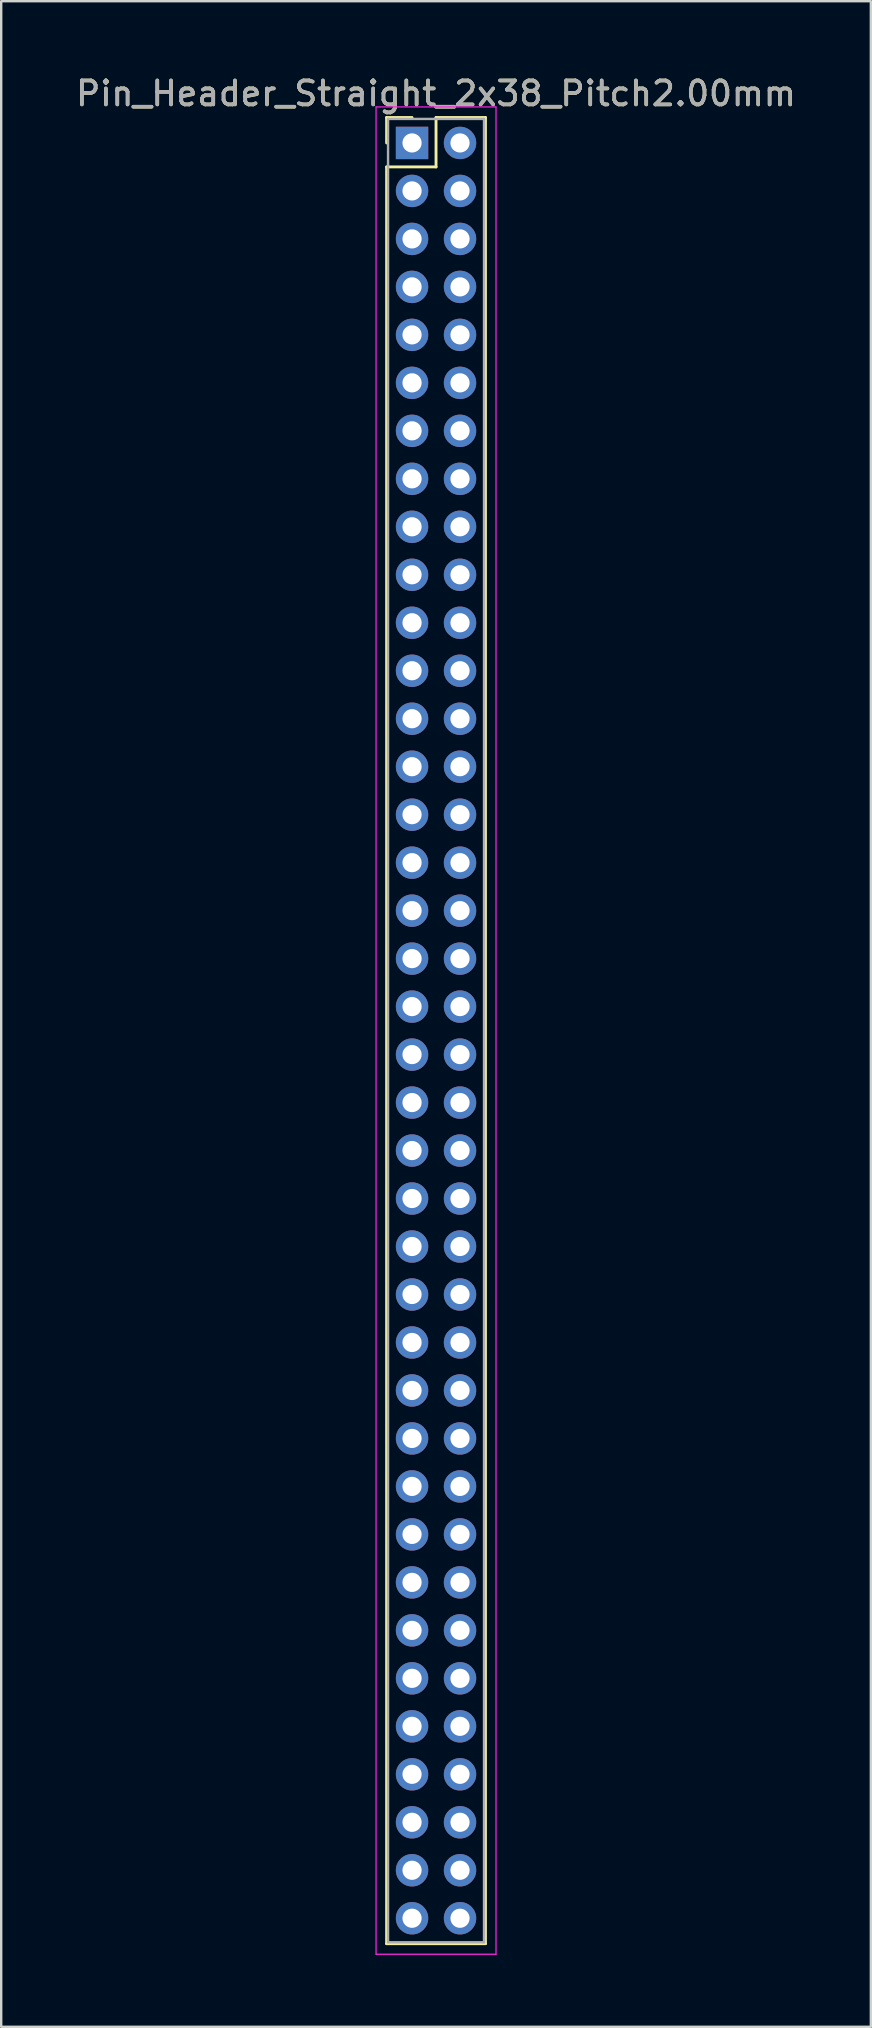
<source format=kicad_pcb>
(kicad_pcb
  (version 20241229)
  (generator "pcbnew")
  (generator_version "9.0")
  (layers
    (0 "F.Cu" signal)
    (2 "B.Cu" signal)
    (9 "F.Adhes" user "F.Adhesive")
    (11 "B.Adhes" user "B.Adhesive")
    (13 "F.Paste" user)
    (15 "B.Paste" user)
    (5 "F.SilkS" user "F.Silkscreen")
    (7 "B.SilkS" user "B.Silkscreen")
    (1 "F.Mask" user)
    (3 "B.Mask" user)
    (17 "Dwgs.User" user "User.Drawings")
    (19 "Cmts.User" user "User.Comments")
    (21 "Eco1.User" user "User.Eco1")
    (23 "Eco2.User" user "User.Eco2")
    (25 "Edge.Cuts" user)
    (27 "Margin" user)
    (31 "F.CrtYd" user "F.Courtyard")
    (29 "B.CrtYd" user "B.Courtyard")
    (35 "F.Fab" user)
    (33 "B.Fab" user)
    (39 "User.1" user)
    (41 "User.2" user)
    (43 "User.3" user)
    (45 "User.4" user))
  (footprint "Pin_Header_Straight_2x38_Pitch2.00mm"
    (layer "F.Cu")
    (at 14.125 2.908)
    (property "Reference" "Pin_Header_Straight_2x38_Pitch2.00mm" (at 1 -2.06 0) (layer "F.SilkS") (effects (font (size 1 1) (thickness 0.15))))
    (attr through_hole)
    (fp_line (start -1.06 -1.06) (end 0 -1.06) (stroke (width 0.12) (type solid)) (layer "F.SilkS"))
    (fp_line (start -1.06 0) (end -1.06 -1.06) (stroke (width 0.12) (type solid)) (layer "F.SilkS"))
    (fp_line (start -1.06 1) (end -1.06 75.06) (stroke (width 0.12) (type solid)) (layer "F.SilkS"))
    (fp_line (start -1.06 75.06) (end 3.06 75.06) (stroke (width 0.12) (type solid)) (layer "F.SilkS"))
    (fp_line (start 1 -1.06) (end 1 1) (stroke (width 0.12) (type solid)) (layer "F.SilkS"))
    (fp_line (start 1 1) (end -1.06 1) (stroke (width 0.12) (type solid)) (layer "F.SilkS"))
    (fp_line (start 3.06 -1.06) (end 1 -1.06) (stroke (width 0.12) (type solid)) (layer "F.SilkS"))
    (fp_line (start 3.06 75.06) (end 3.06 -1.06) (stroke (width 0.12) (type solid)) (layer "F.SilkS"))
    (fp_line (start -1.5 -1.5) (end -1.5 75.5) (stroke (width 0.05) (type solid)) (layer "F.CrtYd"))
    (fp_line (start -1.5 75.5) (end 3.5 75.5) (stroke (width 0.05) (type solid)) (layer "F.CrtYd"))
    (fp_line (start 3.5 -1.5) (end -1.5 -1.5) (stroke (width 0.05) (type solid)) (layer "F.CrtYd"))
    (fp_line (start 3.5 75.5) (end 3.5 -1.5) (stroke (width 0.05) (type solid)) (layer "F.CrtYd"))
    (fp_line (start -1 -1) (end -1 75) (stroke (width 0.1) (type solid)) (layer "F.Fab"))
    (fp_line (start -1 75) (end 3 75) (stroke (width 0.1) (type solid)) (layer "F.Fab"))
    (fp_line (start 3 -1) (end -1 -1) (stroke (width 0.1) (type solid)) (layer "F.Fab"))
    (fp_line (start 3 75) (end 3 -1) (stroke (width 0.1) (type solid)) (layer "F.Fab"))
    (fp_text user "${REFERENCE}" (at 1 -2.06 0) (layer "F.Fab") (effects (font (size 1 1) (thickness 0.15))))
    (pad "1" thru_hole rect (at 0 0) (size 1.35 1.35) (drill 0.8) (layers "*.Cu" "*.Mask"))
    (pad "2" thru_hole oval (at 2 0) (size 1.35 1.35) (drill 0.8) (layers "*.Cu" "*.Mask"))
    (pad "3" thru_hole oval (at 0 2) (size 1.35 1.35) (drill 0.8) (layers "*.Cu" "*.Mask"))
    (pad "4" thru_hole oval (at 2 2) (size 1.35 1.35) (drill 0.8) (layers "*.Cu" "*.Mask"))
    (pad "5" thru_hole oval (at 0 4) (size 1.35 1.35) (drill 0.8) (layers "*.Cu" "*.Mask"))
    (pad "6" thru_hole oval (at 2 4) (size 1.35 1.35) (drill 0.8) (layers "*.Cu" "*.Mask"))
    (pad "7" thru_hole oval (at 0 6) (size 1.35 1.35) (drill 0.8) (layers "*.Cu" "*.Mask"))
    (pad "8" thru_hole oval (at 2 6) (size 1.35 1.35) (drill 0.8) (layers "*.Cu" "*.Mask"))
    (pad "9" thru_hole oval (at 0 8) (size 1.35 1.35) (drill 0.8) (layers "*.Cu" "*.Mask"))
    (pad "10" thru_hole oval (at 2 8) (size 1.35 1.35) (drill 0.8) (layers "*.Cu" "*.Mask"))
    (pad "11" thru_hole oval (at 0 10) (size 1.35 1.35) (drill 0.8) (layers "*.Cu" "*.Mask"))
    (pad "12" thru_hole oval (at 2 10) (size 1.35 1.35) (drill 0.8) (layers "*.Cu" "*.Mask"))
    (pad "13" thru_hole oval (at 0 12) (size 1.35 1.35) (drill 0.8) (layers "*.Cu" "*.Mask"))
    (pad "14" thru_hole oval (at 2 12) (size 1.35 1.35) (drill 0.8) (layers "*.Cu" "*.Mask"))
    (pad "15" thru_hole oval (at 0 14) (size 1.35 1.35) (drill 0.8) (layers "*.Cu" "*.Mask"))
    (pad "16" thru_hole oval (at 2 14) (size 1.35 1.35) (drill 0.8) (layers "*.Cu" "*.Mask"))
    (pad "17" thru_hole oval (at 0 16) (size 1.35 1.35) (drill 0.8) (layers "*.Cu" "*.Mask"))
    (pad "18" thru_hole oval (at 2 16) (size 1.35 1.35) (drill 0.8) (layers "*.Cu" "*.Mask"))
    (pad "19" thru_hole oval (at 0 18) (size 1.35 1.35) (drill 0.8) (layers "*.Cu" "*.Mask"))
    (pad "20" thru_hole oval (at 2 18) (size 1.35 1.35) (drill 0.8) (layers "*.Cu" "*.Mask"))
    (pad "21" thru_hole oval (at 0 20) (size 1.35 1.35) (drill 0.8) (layers "*.Cu" "*.Mask"))
    (pad "22" thru_hole oval (at 2 20) (size 1.35 1.35) (drill 0.8) (layers "*.Cu" "*.Mask"))
    (pad "23" thru_hole oval (at 0 22) (size 1.35 1.35) (drill 0.8) (layers "*.Cu" "*.Mask"))
    (pad "24" thru_hole oval (at 2 22) (size 1.35 1.35) (drill 0.8) (layers "*.Cu" "*.Mask"))
    (pad "25" thru_hole oval (at 0 24) (size 1.35 1.35) (drill 0.8) (layers "*.Cu" "*.Mask"))
    (pad "26" thru_hole oval (at 2 24) (size 1.35 1.35) (drill 0.8) (layers "*.Cu" "*.Mask"))
    (pad "27" thru_hole oval (at 0 26) (size 1.35 1.35) (drill 0.8) (layers "*.Cu" "*.Mask"))
    (pad "28" thru_hole oval (at 2 26) (size 1.35 1.35) (drill 0.8) (layers "*.Cu" "*.Mask"))
    (pad "29" thru_hole oval (at 0 28) (size 1.35 1.35) (drill 0.8) (layers "*.Cu" "*.Mask"))
    (pad "30" thru_hole oval (at 2 28) (size 1.35 1.35) (drill 0.8) (layers "*.Cu" "*.Mask"))
    (pad "31" thru_hole oval (at 0 30) (size 1.35 1.35) (drill 0.8) (layers "*.Cu" "*.Mask"))
    (pad "32" thru_hole oval (at 2 30) (size 1.35 1.35) (drill 0.8) (layers "*.Cu" "*.Mask"))
    (pad "33" thru_hole oval (at 0 32) (size 1.35 1.35) (drill 0.8) (layers "*.Cu" "*.Mask"))
    (pad "34" thru_hole oval (at 2 32) (size 1.35 1.35) (drill 0.8) (layers "*.Cu" "*.Mask"))
    (pad "35" thru_hole oval (at 0 34) (size 1.35 1.35) (drill 0.8) (layers "*.Cu" "*.Mask"))
    (pad "36" thru_hole oval (at 2 34) (size 1.35 1.35) (drill 0.8) (layers "*.Cu" "*.Mask"))
    (pad "37" thru_hole oval (at 0 36) (size 1.35 1.35) (drill 0.8) (layers "*.Cu" "*.Mask"))
    (pad "38" thru_hole oval (at 2 36) (size 1.35 1.35) (drill 0.8) (layers "*.Cu" "*.Mask"))
    (pad "39" thru_hole oval (at 0 38) (size 1.35 1.35) (drill 0.8) (layers "*.Cu" "*.Mask"))
    (pad "40" thru_hole oval (at 2 38) (size 1.35 1.35) (drill 0.8) (layers "*.Cu" "*.Mask"))
    (pad "41" thru_hole oval (at 0 40) (size 1.35 1.35) (drill 0.8) (layers "*.Cu" "*.Mask"))
    (pad "42" thru_hole oval (at 2 40) (size 1.35 1.35) (drill 0.8) (layers "*.Cu" "*.Mask"))
    (pad "43" thru_hole oval (at 0 42) (size 1.35 1.35) (drill 0.8) (layers "*.Cu" "*.Mask"))
    (pad "44" thru_hole oval (at 2 42) (size 1.35 1.35) (drill 0.8) (layers "*.Cu" "*.Mask"))
    (pad "45" thru_hole oval (at 0 44) (size 1.35 1.35) (drill 0.8) (layers "*.Cu" "*.Mask"))
    (pad "46" thru_hole oval (at 2 44) (size 1.35 1.35) (drill 0.8) (layers "*.Cu" "*.Mask"))
    (pad "47" thru_hole oval (at 0 46) (size 1.35 1.35) (drill 0.8) (layers "*.Cu" "*.Mask"))
    (pad "48" thru_hole oval (at 2 46) (size 1.35 1.35) (drill 0.8) (layers "*.Cu" "*.Mask"))
    (pad "49" thru_hole oval (at 0 48) (size 1.35 1.35) (drill 0.8) (layers "*.Cu" "*.Mask"))
    (pad "50" thru_hole oval (at 2 48) (size 1.35 1.35) (drill 0.8) (layers "*.Cu" "*.Mask"))
    (pad "51" thru_hole oval (at 0 50) (size 1.35 1.35) (drill 0.8) (layers "*.Cu" "*.Mask"))
    (pad "52" thru_hole oval (at 2 50) (size 1.35 1.35) (drill 0.8) (layers "*.Cu" "*.Mask"))
    (pad "53" thru_hole oval (at 0 52) (size 1.35 1.35) (drill 0.8) (layers "*.Cu" "*.Mask"))
    (pad "54" thru_hole oval (at 2 52) (size 1.35 1.35) (drill 0.8) (layers "*.Cu" "*.Mask"))
    (pad "55" thru_hole oval (at 0 54) (size 1.35 1.35) (drill 0.8) (layers "*.Cu" "*.Mask"))
    (pad "56" thru_hole oval (at 2 54) (size 1.35 1.35) (drill 0.8) (layers "*.Cu" "*.Mask"))
    (pad "57" thru_hole oval (at 0 56) (size 1.35 1.35) (drill 0.8) (layers "*.Cu" "*.Mask"))
    (pad "58" thru_hole oval (at 2 56) (size 1.35 1.35) (drill 0.8) (layers "*.Cu" "*.Mask"))
    (pad "59" thru_hole oval (at 0 58) (size 1.35 1.35) (drill 0.8) (layers "*.Cu" "*.Mask"))
    (pad "60" thru_hole oval (at 2 58) (size 1.35 1.35) (drill 0.8) (layers "*.Cu" "*.Mask"))
    (pad "61" thru_hole oval (at 0 60) (size 1.35 1.35) (drill 0.8) (layers "*.Cu" "*.Mask"))
    (pad "62" thru_hole oval (at 2 60) (size 1.35 1.35) (drill 0.8) (layers "*.Cu" "*.Mask"))
    (pad "63" thru_hole oval (at 0 62) (size 1.35 1.35) (drill 0.8) (layers "*.Cu" "*.Mask"))
    (pad "64" thru_hole oval (at 2 62) (size 1.35 1.35) (drill 0.8) (layers "*.Cu" "*.Mask"))
    (pad "65" thru_hole oval (at 0 64) (size 1.35 1.35) (drill 0.8) (layers "*.Cu" "*.Mask"))
    (pad "66" thru_hole oval (at 2 64) (size 1.35 1.35) (drill 0.8) (layers "*.Cu" "*.Mask"))
    (pad "67" thru_hole oval (at 0 66) (size 1.35 1.35) (drill 0.8) (layers "*.Cu" "*.Mask"))
    (pad "68" thru_hole oval (at 2 66) (size 1.35 1.35) (drill 0.8) (layers "*.Cu" "*.Mask"))
    (pad "69" thru_hole oval (at 0 68) (size 1.35 1.35) (drill 0.8) (layers "*.Cu" "*.Mask"))
    (pad "70" thru_hole oval (at 2 68) (size 1.35 1.35) (drill 0.8) (layers "*.Cu" "*.Mask"))
    (pad "71" thru_hole oval (at 0 70) (size 1.35 1.35) (drill 0.8) (layers "*.Cu" "*.Mask"))
    (pad "72" thru_hole oval (at 2 70) (size 1.35 1.35) (drill 0.8) (layers "*.Cu" "*.Mask"))
    (pad "73" thru_hole oval (at 0 72) (size 1.35 1.35) (drill 0.8) (layers "*.Cu" "*.Mask"))
    (pad "74" thru_hole oval (at 2 72) (size 1.35 1.35) (drill 0.8) (layers "*.Cu" "*.Mask"))
    (pad "75" thru_hole oval (at 0 74) (size 1.35 1.35) (drill 0.8) (layers "*.Cu" "*.Mask"))
    (pad "76" thru_hole oval (at 2 74) (size 1.35 1.35) (drill 0.8) (layers "*.Cu" "*.Mask")))
  (gr_rect
    (start -3 -3)
    (end 33.25 81.433)
    (stroke (width 0.1) (type default))
    (fill no)
    (layer "Edge.Cuts")))
</source>
